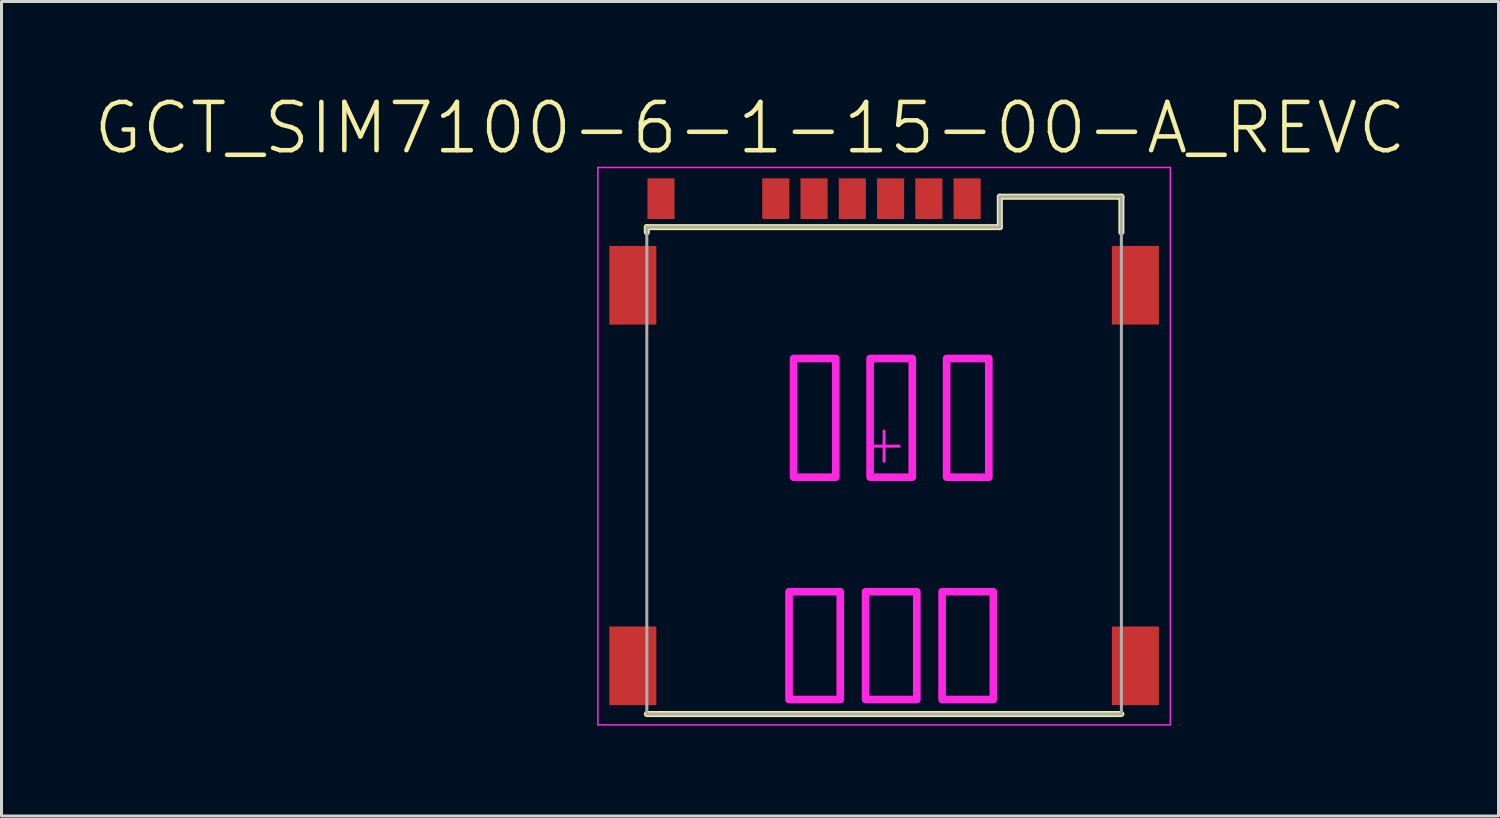
<source format=kicad_pcb>
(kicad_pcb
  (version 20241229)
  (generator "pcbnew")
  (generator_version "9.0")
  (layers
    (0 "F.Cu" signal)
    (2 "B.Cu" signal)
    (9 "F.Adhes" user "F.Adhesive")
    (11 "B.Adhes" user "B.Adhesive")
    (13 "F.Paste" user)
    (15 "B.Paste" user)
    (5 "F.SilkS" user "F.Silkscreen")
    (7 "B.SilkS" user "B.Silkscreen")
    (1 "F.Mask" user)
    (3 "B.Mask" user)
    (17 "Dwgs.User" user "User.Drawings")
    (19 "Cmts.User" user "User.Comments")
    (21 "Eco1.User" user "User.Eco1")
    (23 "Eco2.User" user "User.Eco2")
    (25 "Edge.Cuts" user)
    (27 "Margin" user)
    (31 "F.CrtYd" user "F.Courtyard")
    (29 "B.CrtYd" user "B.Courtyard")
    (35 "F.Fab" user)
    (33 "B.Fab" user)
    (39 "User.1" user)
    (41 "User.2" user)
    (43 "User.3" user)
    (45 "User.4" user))
  (footprint "GCT_SIM7100-6-1-15-00-A_REVC"
    (layer "F.Cu")
    (at 26.293 11.758)
    (property "Reference" "GCT_SIM7100-6-1-15-00-A_REVC" (at -4.45 -10.557 0) (layer "F.SilkS") (effects (font (size 1.602 1.602) (thickness 0.15))))
    (attr through_hole)
    (fp_line (start -7.875 -7.27) (end 3.84 -7.27) (stroke (width 0.2) (type solid)) (layer "F.SilkS"))
    (fp_line (start -7.875 -7.1) (end -7.875 -7.27) (stroke (width 0.2) (type solid)) (layer "F.SilkS"))
    (fp_line (start -7.875 8.89) (end 7.875 8.89) (stroke (width 0.2) (type solid)) (layer "F.SilkS"))
    (fp_line (start 3.84 -8.28) (end 7.875 -8.28) (stroke (width 0.2) (type solid)) (layer "F.SilkS"))
    (fp_line (start 3.84 -7.27) (end 3.84 -8.28) (stroke (width 0.2) (type solid)) (layer "F.SilkS"))
    (fp_line (start 7.875 -7.1) (end 7.875 -8.28) (stroke (width 0.2) (type solid)) (layer "F.SilkS"))
    (fp_line (start -9.5 -9.25) (end 9.5 -9.25) (stroke (width 0.05) (type solid)) (layer "F.CrtYd"))
    (fp_line (start -9.5 9.25) (end -9.5 -9.25) (stroke (width 0.05) (type solid)) (layer "F.CrtYd"))
    (fp_line (start -9.5 9.25) (end 9.5 9.25) (stroke (width 0.05) (type solid)) (layer "F.CrtYd"))
    (fp_line (start -0.5 0) (end 0.5 0) (stroke (width 0.1) (type solid)) (layer "F.CrtYd"))
    (fp_line (start 0 0.5) (end 0 -0.5) (stroke (width 0.1) (type solid)) (layer "F.CrtYd"))
    (fp_line (start 9.5 9.25) (end 9.5 -9.25) (stroke (width 0.05) (type solid)) (layer "F.CrtYd"))
    (fp_poly (pts (xy -3.155 8.41) (xy -1.455 8.41) (xy -1.455 4.83) (xy -3.155 4.83)) (stroke (width 0.254) (type solid)) (fill no) (layer "F.CrtYd"))
    (fp_poly (pts (xy -3.005 1.03) (xy -1.605 1.03) (xy -1.605 -2.91) (xy -3.005 -2.91)) (stroke (width 0.254) (type solid)) (fill no) (layer "F.CrtYd"))
    (fp_poly (pts (xy -0.615 8.41) (xy 1.085 8.41) (xy 1.085 4.83) (xy -0.615 4.83)) (stroke (width 0.254) (type solid)) (fill no) (layer "F.CrtYd"))
    (fp_poly (pts (xy -0.465 1.03) (xy 0.935 1.03) (xy 0.935 -2.91) (xy -0.465 -2.91)) (stroke (width 0.254) (type solid)) (fill no) (layer "F.CrtYd"))
    (fp_poly (pts (xy 1.925 8.41) (xy 3.625 8.41) (xy 3.625 4.83) (xy 1.925 4.83)) (stroke (width 0.254) (type solid)) (fill no) (layer "F.CrtYd"))
    (fp_poly (pts (xy 2.075 1.03) (xy 3.475 1.03) (xy 3.475 -2.91) (xy 2.075 -2.91)) (stroke (width 0.254) (type solid)) (fill no) (layer "F.CrtYd"))
    (fp_line (start -7.875 -7.27) (end 3.84 -7.27) (stroke (width 0.1) (type solid)) (layer "F.Fab"))
    (fp_line (start -7.875 8.89) (end -7.875 -7.27) (stroke (width 0.1) (type solid)) (layer "F.Fab"))
    (fp_line (start -7.875 8.89) (end 7.875 8.89) (stroke (width 0.1) (type solid)) (layer "F.Fab"))
    (fp_line (start 3.84 -8.28) (end 7.875 -8.28) (stroke (width 0.1) (type solid)) (layer "F.Fab"))
    (fp_line (start 3.84 -7.27) (end 3.84 -8.28) (stroke (width 0.1) (type solid)) (layer "F.Fab"))
    (fp_line (start 7.875 8.89) (end 7.875 -8.28) (stroke (width 0.1) (type solid)) (layer "F.Fab"))
    (pad "1" smd rect (at -8.34 -5.34) (size 1.56 2.61) (layers "F.Cu" "F.Mask" "F.Paste"))
    (pad "2" smd rect (at -8.34 7.29) (size 1.56 2.61) (layers "F.Cu" "F.Mask" "F.Paste"))
    (pad "3" smd rect (at 8.34 7.29) (size 1.56 2.61) (layers "F.Cu" "F.Mask" "F.Paste"))
    (pad "4" smd rect (at 8.34 -5.34) (size 1.56 2.61) (layers "F.Cu" "F.Mask" "F.Paste"))
    (pad "C1" smd rect (at 2.755 -8.215) (size 0.9 1.35) (layers "F.Cu" "F.Mask" "F.Paste"))
    (pad "C2" smd rect (at 0.215 -8.215) (size 0.9 1.35) (layers "F.Cu" "F.Mask" "F.Paste"))
    (pad "C3" smd rect (at -2.325 -8.215) (size 0.9 1.35) (layers "F.Cu" "F.Mask" "F.Paste"))
    (pad "C5" smd rect (at 1.485 -8.215) (size 0.9 1.35) (layers "F.Cu" "F.Mask" "F.Paste"))
    (pad "C6" smd rect (at -1.055 -8.215) (size 0.9 1.35) (layers "F.Cu" "F.Mask" "F.Paste"))
    (pad "C7" smd rect (at -3.595 -8.215) (size 0.9 1.35) (layers "F.Cu" "F.Mask" "F.Paste"))
    (pad "CD" smd rect (at -7.405 -8.215) (size 0.9 1.35) (layers "F.Cu" "F.Mask" "F.Paste")))
  (gr_rect
    (start -3 -3)
    (end 46.685 24.033)
    (stroke (width 0.1) (type default))
    (fill no)
    (layer "Edge.Cuts")))
</source>
